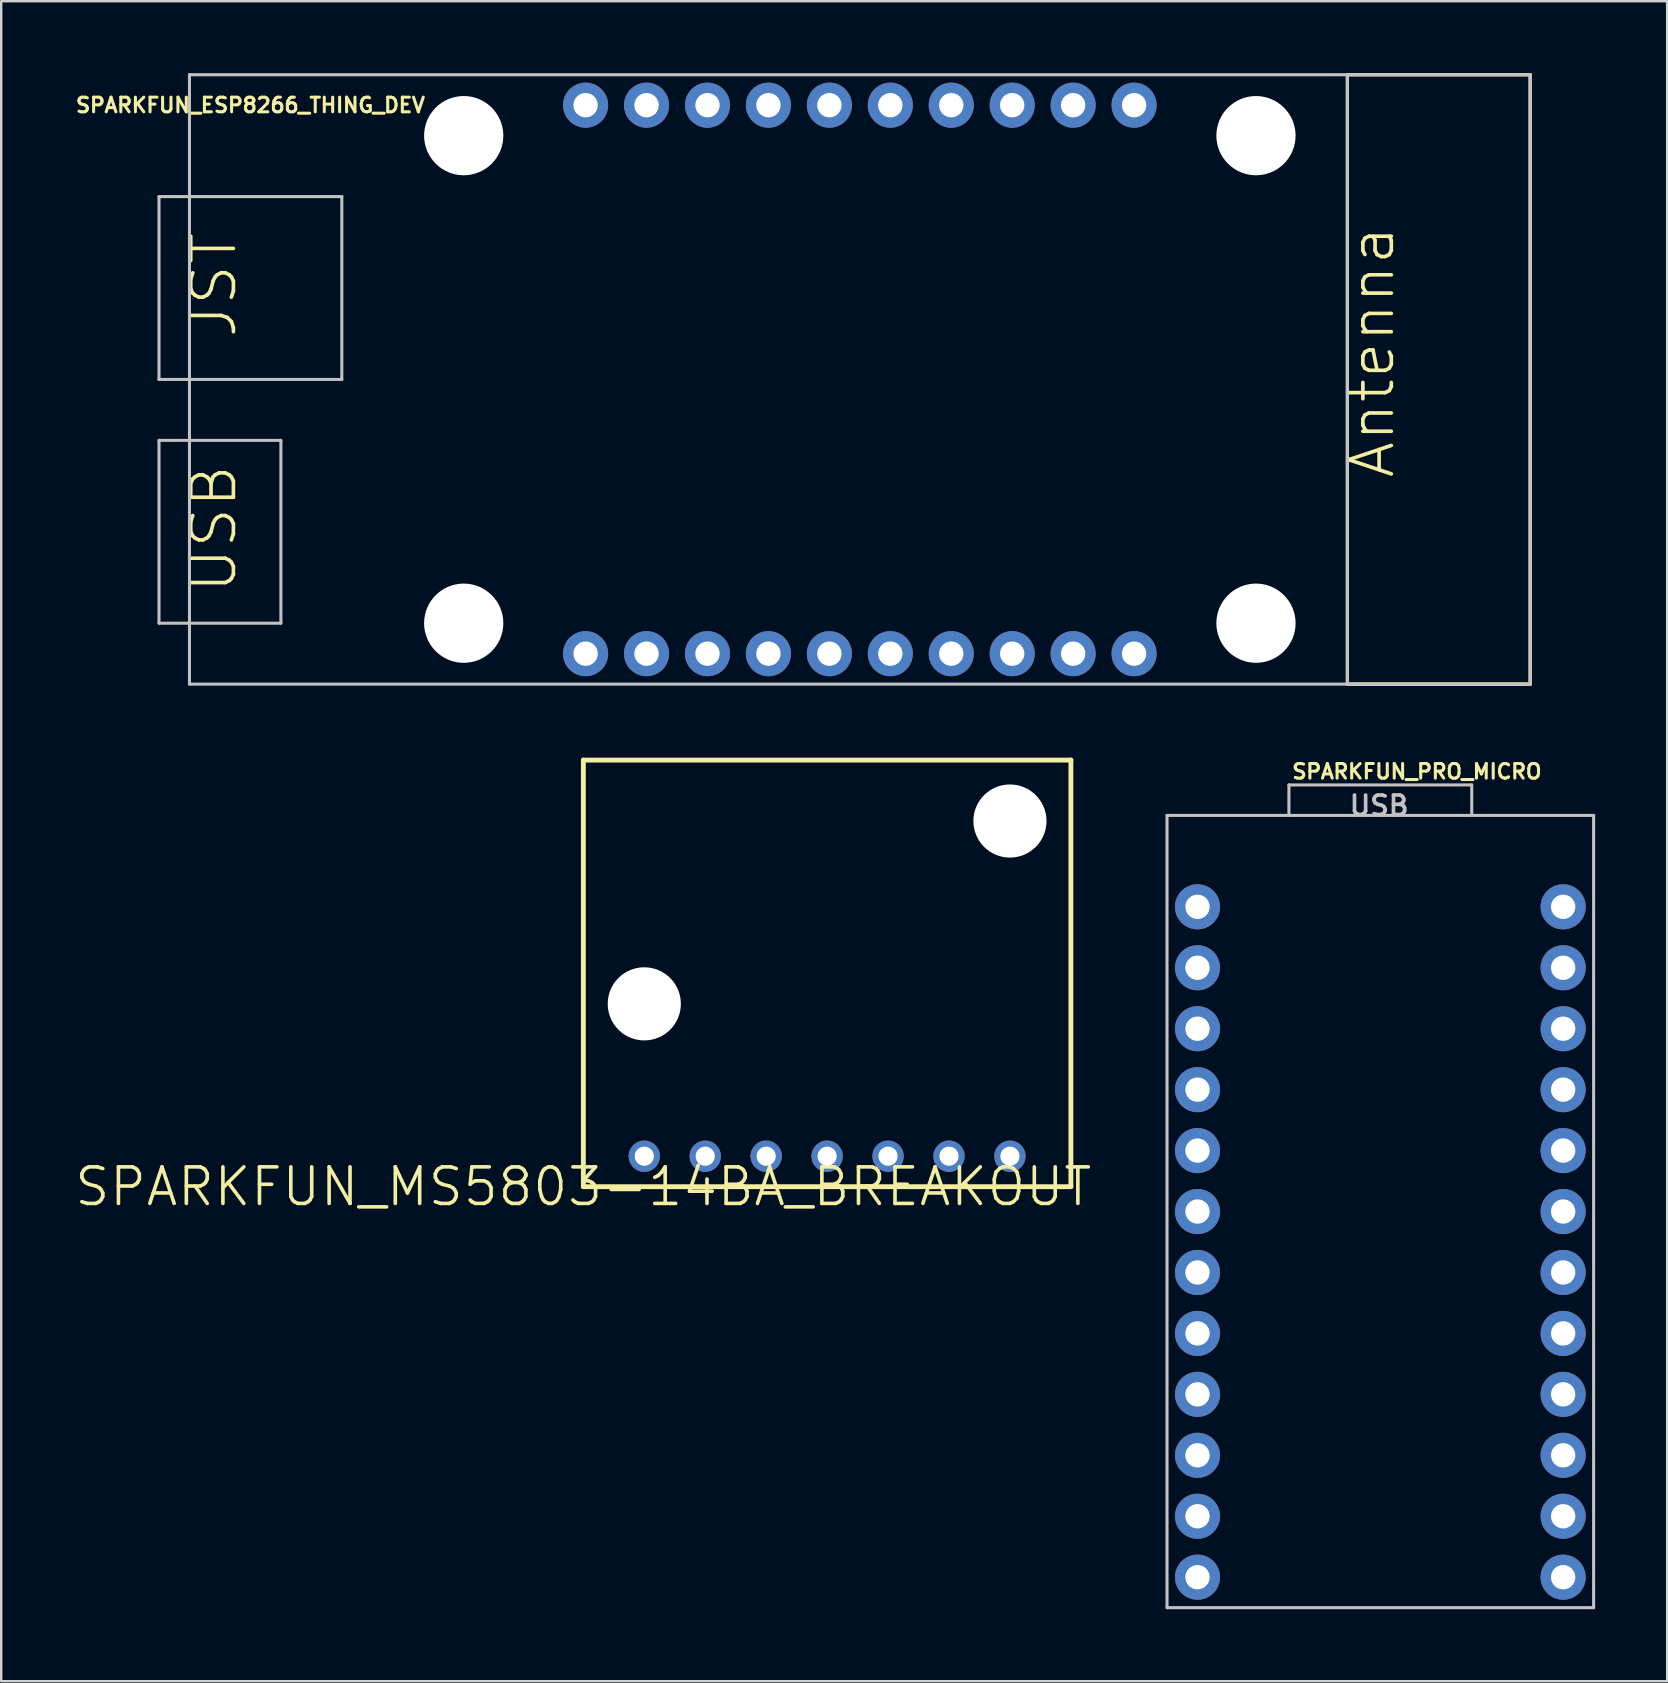
<source format=kicad_pcb>
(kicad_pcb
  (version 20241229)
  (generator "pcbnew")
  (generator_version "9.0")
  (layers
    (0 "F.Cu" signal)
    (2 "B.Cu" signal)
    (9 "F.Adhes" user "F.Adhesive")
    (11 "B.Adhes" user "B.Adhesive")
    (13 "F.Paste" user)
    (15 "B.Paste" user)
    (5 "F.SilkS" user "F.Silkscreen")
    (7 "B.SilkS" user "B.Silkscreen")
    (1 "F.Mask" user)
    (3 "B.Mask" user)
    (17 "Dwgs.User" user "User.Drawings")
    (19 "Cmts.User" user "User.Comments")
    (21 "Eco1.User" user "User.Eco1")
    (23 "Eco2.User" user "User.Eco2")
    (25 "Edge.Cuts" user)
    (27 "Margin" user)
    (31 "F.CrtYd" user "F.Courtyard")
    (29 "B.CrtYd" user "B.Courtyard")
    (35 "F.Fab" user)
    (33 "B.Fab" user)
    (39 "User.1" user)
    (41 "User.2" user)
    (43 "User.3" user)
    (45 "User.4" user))
  (footprint "SPARKFUN_MS5803-14BA_BREAKOUT"
    (layer "F.Cu")
    (at 21.263 46.409)
    (property "Reference" "SPARKFUN_MS5803-14BA_BREAKOUT" (at 0 0 0) (layer "F.SilkS") (effects (font (size 1.524 1.524) (thickness 0.15))))
    (attr exclude_from_pos_files exclude_from_bom)
    (fp_line (start 0 -17.78) (end 20.32 -17.78) (stroke (width 0.203) (type solid)) (layer "F.SilkS"))
    (fp_line (start 0 0) (end 0 -17.78) (stroke (width 0.203) (type solid)) (layer "F.SilkS"))
    (fp_line (start 20.32 -17.78) (end 20.32 0) (stroke (width 0.203) (type solid)) (layer "F.SilkS"))
    (fp_line (start 20.32 0) (end 0 0) (stroke (width 0.203) (type solid)) (layer "F.SilkS"))
    (pad "" np_thru_hole circle (at 2.54 -7.62) (size 3.048 3.048) (drill 3.048) (layers "*.Cu" "*.Mask"))
    (pad "" np_thru_hole circle (at 17.78 -15.24) (size 3.048 3.048) (drill 3.048) (layers "*.Cu" "*.Mask"))
    (pad "3.3V" thru_hole circle (at 5.08 -1.27) (size 1.306 1.306) (drill 0.798) (layers "*.Cu" "*.Paste" "*.Mask"))
    (pad "AD/C" thru_hole circle (at 15.24 -1.27) (size 1.306 1.306) (drill 0.798) (layers "*.Cu" "*.Paste" "*.Mask"))
    (pad "GND" thru_hole circle (at 2.54 -1.27) (size 1.306 1.306) (drill 0.798) (layers "*.Cu" "*.Paste" "*.Mask"))
    (pad "PS" thru_hole circle (at 17.78 -1.27) (size 1.306 1.306) (drill 0.798) (layers "*.Cu" "*.Paste" "*.Mask"))
    (pad "SCL/" thru_hole circle (at 10.16 -1.27) (size 1.306 1.306) (drill 0.798) (layers "*.Cu" "*.Paste" "*.Mask"))
    (pad "SDA/" thru_hole circle (at 7.62 -1.27) (size 1.306 1.306) (drill 0.798) (layers "*.Cu" "*.Paste" "*.Mask"))
    (pad "SDO" thru_hole circle (at 12.7 -1.27) (size 1.306 1.306) (drill 0.798) (layers "*.Cu" "*.Paste" "*.Mask")))
  (footprint "SPARKFUN_ESP8266_THING_DEV"
    (layer "F.Cu")
    (at 31.517 12.764)
    (property "Reference" "SPARKFUN_ESP8266_THING_DEV" (at -24.13 -11.43 0) (layer "F.SilkS") (effects (font (size 0.61 0.61) (thickness 0.127))))
    (attr exclude_from_pos_files exclude_from_bom)
    (fp_line (start 21.59 -12.7) (end 21.59 12.7) (stroke (width 0.127) (type solid)) (layer "F.SilkS"))
    (fp_line (start 21.59 -12.7) (end 21.59 12.7) (stroke (width 0.127) (type solid)) (layer "F.SilkS"))
    (fp_line (start 21.59 12.7) (end 29.21 12.7) (stroke (width 0.127) (type solid)) (layer "F.SilkS"))
    (fp_line (start 21.59 12.7) (end 29.21 12.7) (stroke (width 0.127) (type solid)) (layer "F.SilkS"))
    (fp_line (start 29.21 -12.7) (end 21.59 -12.7) (stroke (width 0.127) (type solid)) (layer "F.SilkS"))
    (fp_line (start 29.21 -12.7) (end 21.59 -12.7) (stroke (width 0.127) (type solid)) (layer "F.SilkS"))
    (fp_line (start 29.21 12.7) (end 29.21 -12.7) (stroke (width 0.127) (type solid)) (layer "F.SilkS"))
    (fp_line (start 29.21 12.7) (end 29.21 -12.7) (stroke (width 0.127) (type solid)) (layer "F.SilkS"))
    (fp_line (start -27.94 -7.62) (end -27.94 0) (stroke (width 0.127) (type solid)) (layer "Dwgs.User"))
    (fp_line (start -27.94 0) (end -26.67 0) (stroke (width 0.127) (type solid)) (layer "Dwgs.User"))
    (fp_line (start -27.94 2.54) (end -27.94 10.16) (stroke (width 0.127) (type solid)) (layer "Dwgs.User"))
    (fp_line (start -27.94 10.16) (end -22.86 10.16) (stroke (width 0.127) (type solid)) (layer "Dwgs.User"))
    (fp_line (start -26.67 -12.7) (end 29.21 -12.7) (stroke (width 0.127) (type solid)) (layer "Dwgs.User"))
    (fp_line (start -26.67 0) (end -26.67 -12.7) (stroke (width 0.127) (type solid)) (layer "Dwgs.User"))
    (fp_line (start -26.67 0) (end -20.32 0) (stroke (width 0.127) (type solid)) (layer "Dwgs.User"))
    (fp_line (start -26.67 12.7) (end -26.67 0) (stroke (width 0.127) (type solid)) (layer "Dwgs.User"))
    (fp_line (start -22.86 2.54) (end -27.94 2.54) (stroke (width 0.127) (type solid)) (layer "Dwgs.User"))
    (fp_line (start -22.86 10.16) (end -22.86 2.54) (stroke (width 0.127) (type solid)) (layer "Dwgs.User"))
    (fp_line (start -20.32 -7.62) (end -27.94 -7.62) (stroke (width 0.127) (type solid)) (layer "Dwgs.User"))
    (fp_line (start -20.32 0) (end -20.32 -7.62) (stroke (width 0.127) (type solid)) (layer "Dwgs.User"))
    (fp_line (start 21.59 -12.7) (end 21.59 12.7) (stroke (width 0.127) (type solid)) (layer "Dwgs.User"))
    (fp_line (start 29.21 -12.7) (end 29.21 12.7) (stroke (width 0.127) (type solid)) (layer "Dwgs.User"))
    (fp_line (start 29.21 12.7) (end -26.67 12.7) (stroke (width 0.127) (type solid)) (layer "Dwgs.User"))
    (fp_text user "Antenna" (at 22.606 -1.143 90) (layer "F.SilkS") (effects (font (size 1.778 1.778) (thickness 0.152))))
    (fp_text user "JST" (at -25.654 -3.937 90) (layer "F.SilkS") (effects (font (size 1.778 1.778) (thickness 0.152))))
    (fp_text user "USB" (at -25.654 6.223 90) (layer "F.SilkS") (effects (font (size 1.778 1.778) (thickness 0.152))))
    (pad "" np_thru_hole circle (at -15.24 -10.16) (size 3.302 3.302) (drill 3.302) (layers "*.Cu" "*.Mask"))
    (pad "" np_thru_hole circle (at -15.24 10.16) (size 3.302 3.302) (drill 3.302) (layers "*.Cu" "*.Mask"))
    (pad "" np_thru_hole circle (at 17.78 -10.16) (size 3.302 3.302) (drill 3.302) (layers "*.Cu" "*.Mask"))
    (pad "" np_thru_hole circle (at 17.78 10.16) (size 3.302 3.302) (drill 3.302) (layers "*.Cu" "*.Mask"))
    (pad "0" thru_hole circle (at -2.54 -11.43) (size 1.88 1.88) (drill 1.016) (layers "*.Cu" "*.Paste" "*.Mask"))
    (pad "2" thru_hole circle (at -5.08 11.43) (size 1.88 1.88) (drill 1.016) (layers "*.Cu" "*.Paste" "*.Mask"))
    (pad "3.3V" thru_hole circle (at -7.62 11.43) (size 1.88 1.88) (drill 1.016) (layers "*.Cu" "*.Paste" "*.Mask"))
    (pad "4" thru_hole circle (at 0 -11.43) (size 1.88 1.88) (drill 1.016) (layers "*.Cu" "*.Paste" "*.Mask"))
    (pad "5" thru_hole circle (at -5.08 -11.43) (size 1.88 1.88) (drill 1.016) (layers "*.Cu" "*.Paste" "*.Mask"))
    (pad "5V" thru_hole circle (at 7.62 11.43) (size 1.88 1.88) (drill 1.016) (layers "*.Cu" "*.Paste" "*.Mask"))
    (pad "12" thru_hole circle (at 5.08 -11.43) (size 1.88 1.88) (drill 1.016) (layers "*.Cu" "*.Paste" "*.Mask"))
    (pad "13" thru_hole circle (at 2.54 -11.43) (size 1.88 1.88) (drill 1.016) (layers "*.Cu" "*.Paste" "*.Mask"))
    (pad "14" thru_hole circle (at -2.54 11.43) (size 1.88 1.88) (drill 1.016) (layers "*.Cu" "*.Paste" "*.Mask"))
    (pad "15" thru_hole circle (at 12.7 -11.43) (size 1.88 1.88) (drill 1.016) (layers "*.Cu" "*.Paste" "*.Mask"))
    (pad "16" thru_hole circle (at 7.62 -11.43) (size 1.88 1.88) (drill 1.016) (layers "*.Cu" "*.Paste" "*.Mask"))
    (pad "ADC" thru_hole circle (at 10.16 -11.43) (size 1.88 1.88) (drill 1.016) (layers "*.Cu" "*.Paste" "*.Mask"))
    (pad "GND@" thru_hole circle (at -10.16 -11.43) (size 1.88 1.88) (drill 1.016) (layers "*.Cu" "*.Paste" "*.Mask"))
    (pad "GND@" thru_hole circle (at -10.16 11.43) (size 1.88 1.88) (drill 1.016) (layers "*.Cu" "*.Paste" "*.Mask"))
    (pad "GND@" thru_hole circle (at 12.7 11.43) (size 1.88 1.88) (drill 1.016) (layers "*.Cu" "*.Paste" "*.Mask"))
    (pad "NC" thru_hole circle (at 10.16 11.43) (size 1.88 1.88) (drill 1.016) (layers "*.Cu" "*.Paste" "*.Mask"))
    (pad "RST" thru_hole circle (at 0 11.43) (size 1.88 1.88) (drill 1.016) (layers "*.Cu" "*.Paste" "*.Mask"))
    (pad "RX" thru_hole circle (at 5.08 11.43) (size 1.88 1.88) (drill 1.016) (layers "*.Cu" "*.Paste" "*.Mask"))
    (pad "TX" thru_hole circle (at 2.54 11.43) (size 1.88 1.88) (drill 1.016) (layers "*.Cu" "*.Paste" "*.Mask"))
    (pad "VIN" thru_hole circle (at -7.62 -11.43) (size 1.88 1.88) (drill 1.016) (layers "*.Cu" "*.Paste" "*.Mask")))
  (footprint "SPARKFUN_PRO_MICRO"
    (layer "F.Cu")
    (at 54.48 47.445)
    (property "Reference" "SPARKFUN_PRO_MICRO" (at 1.524 -18.339 0) (layer "F.SilkS") (effects (font (size 0.61 0.61) (thickness 0.127))))
    (attr exclude_from_pos_files exclude_from_bom)
    (fp_line (start -8.89 -16.51) (end -8.89 16.51) (stroke (width 0.127) (type solid)) (layer "Dwgs.User"))
    (fp_line (start -8.89 16.51) (end 8.89 16.51) (stroke (width 0.127) (type solid)) (layer "Dwgs.User"))
    (fp_line (start -3.81 -17.78) (end 3.81 -17.78) (stroke (width 0.127) (type solid)) (layer "Dwgs.User"))
    (fp_line (start -3.81 -16.51) (end -3.81 -17.78) (stroke (width 0.127) (type solid)) (layer "Dwgs.User"))
    (fp_line (start 3.81 -17.78) (end 3.81 -16.51) (stroke (width 0.127) (type solid)) (layer "Dwgs.User"))
    (fp_line (start 8.89 -16.51) (end -8.89 -16.51) (stroke (width 0.127) (type solid)) (layer "Dwgs.User"))
    (fp_line (start 8.89 16.51) (end 8.89 -16.51) (stroke (width 0.127) (type solid)) (layer "Dwgs.User"))
    (fp_text user "USB" (at -0.051 -16.916 0) (layer "Dwgs.User") (effects (font (size 0.813 0.813) (thickness 0.152))))
    (pad "1" thru_hole circle (at -7.62 -12.7) (size 1.88 1.88) (drill 1.016) (layers "*.Cu" "*.Paste" "*.Mask"))
    (pad "2" thru_hole circle (at -7.62 -10.16) (size 1.88 1.88) (drill 1.016) (layers "*.Cu" "*.Paste" "*.Mask"))
    (pad "3" thru_hole circle (at -7.62 -7.62) (size 1.88 1.88) (drill 1.016) (layers "*.Cu" "*.Paste" "*.Mask"))
    (pad "4" thru_hole circle (at -7.62 -5.08) (size 1.88 1.88) (drill 1.016) (layers "*.Cu" "*.Paste" "*.Mask"))
    (pad "5" thru_hole circle (at -7.62 -2.54) (size 1.88 1.88) (drill 1.016) (layers "*.Cu" "*.Paste" "*.Mask"))
    (pad "6" thru_hole circle (at -7.62 0) (size 1.88 1.88) (drill 1.016) (layers "*.Cu" "*.Paste" "*.Mask"))
    (pad "7" thru_hole circle (at -7.62 2.54) (size 1.88 1.88) (drill 1.016) (layers "*.Cu" "*.Paste" "*.Mask"))
    (pad "8" thru_hole circle (at -7.62 5.08) (size 1.88 1.88) (drill 1.016) (layers "*.Cu" "*.Paste" "*.Mask"))
    (pad "9" thru_hole circle (at -7.62 7.62) (size 1.88 1.88) (drill 1.016) (layers "*.Cu" "*.Paste" "*.Mask"))
    (pad "10" thru_hole circle (at -7.62 10.16) (size 1.88 1.88) (drill 1.016) (layers "*.Cu" "*.Paste" "*.Mask"))
    (pad "11" thru_hole circle (at -7.62 12.7) (size 1.88 1.88) (drill 1.016) (layers "*.Cu" "*.Paste" "*.Mask"))
    (pad "12" thru_hole circle (at -7.62 15.24) (size 1.88 1.88) (drill 1.016) (layers "*.Cu" "*.Paste" "*.Mask"))
    (pad "13" thru_hole circle (at 7.62 15.24) (size 1.88 1.88) (drill 1.016) (layers "*.Cu" "*.Paste" "*.Mask"))
    (pad "14" thru_hole circle (at 7.62 12.7) (size 1.88 1.88) (drill 1.016) (layers "*.Cu" "*.Paste" "*.Mask"))
    (pad "15" thru_hole circle (at 7.62 10.16) (size 1.88 1.88) (drill 1.016) (layers "*.Cu" "*.Paste" "*.Mask"))
    (pad "16" thru_hole circle (at 7.62 7.62) (size 1.88 1.88) (drill 1.016) (layers "*.Cu" "*.Paste" "*.Mask"))
    (pad "17" thru_hole circle (at 7.62 5.08) (size 1.88 1.88) (drill 1.016) (layers "*.Cu" "*.Paste" "*.Mask"))
    (pad "18" thru_hole circle (at 7.62 2.54) (size 1.88 1.88) (drill 1.016) (layers "*.Cu" "*.Paste" "*.Mask"))
    (pad "19" thru_hole circle (at 7.62 0) (size 1.88 1.88) (drill 1.016) (layers "*.Cu" "*.Paste" "*.Mask"))
    (pad "20" thru_hole circle (at 7.62 -2.54) (size 1.88 1.88) (drill 1.016) (layers "*.Cu" "*.Paste" "*.Mask"))
    (pad "21" thru_hole circle (at 7.62 -5.08) (size 1.88 1.88) (drill 1.016) (layers "*.Cu" "*.Paste" "*.Mask"))
    (pad "22" thru_hole circle (at 7.62 -7.62) (size 1.88 1.88) (drill 1.016) (layers "*.Cu" "*.Paste" "*.Mask"))
    (pad "23" thru_hole circle (at 7.62 -10.16) (size 1.88 1.88) (drill 1.016) (layers "*.Cu" "*.Paste" "*.Mask"))
    (pad "24" thru_hole circle (at 7.62 -12.7) (size 1.88 1.88) (drill 1.016) (layers "*.Cu" "*.Paste" "*.Mask")))
  (gr_rect
    (start -3 -3)
    (end 66.434 67.019)
    (stroke (width 0.1) (type default))
    (fill no)
    (layer "Edge.Cuts")))
</source>
